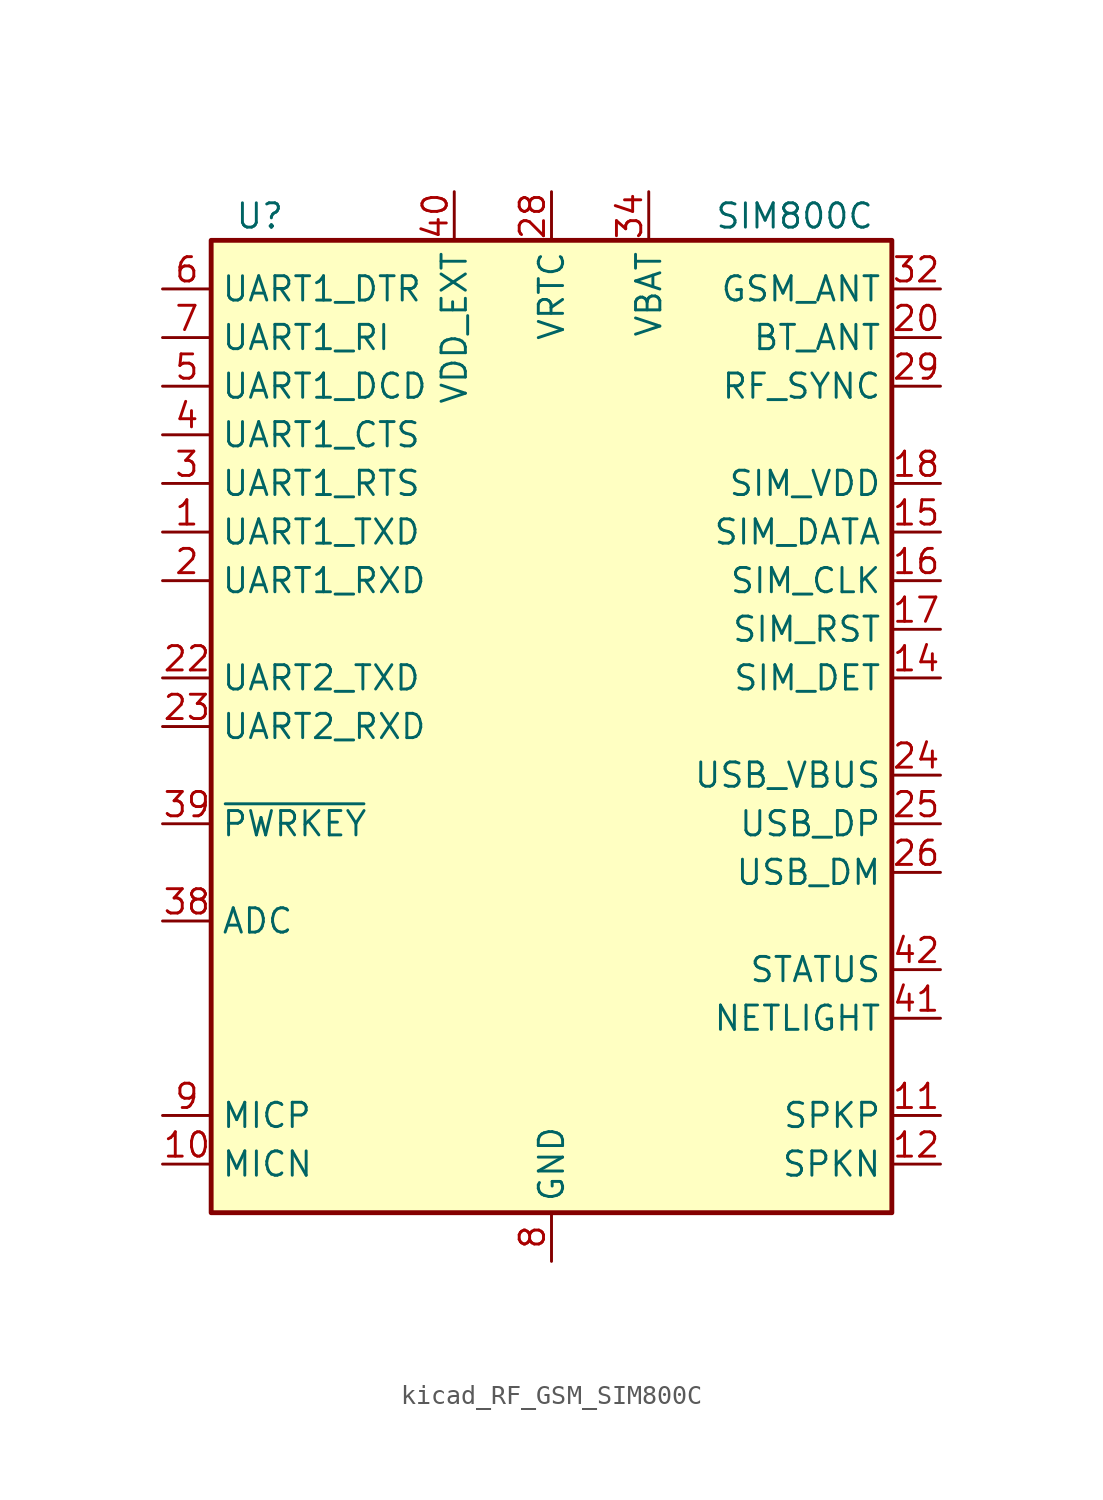
<source format=kicad_sym>
(kicad_symbol_lib
  (version 20220914)
  (generator kicad_symbol_editor)
  (symbol "kicad_RF_GSM_SIM800C"
    (property "Reference" "U"
      (at -15.24 26.67 0)
      (effects (font (size 1.27 1.27))))
    (property "Value" "SIM800C"
      (at 12.7 26.67 0)
      (effects (font (size 1.27 1.27))))
    (symbol "kicad_RF_GSM_SIM800C_0_1"
      (rectangle (start -17.78 25.4) (end 17.78 -25.4) (stroke (width 0.254) (type default)) (fill (type background))))
    (symbol "kicad_RF_GSM_SIM800C_1_1"
      (pin output line (at -20.32 10.16 0) (length 2.54) (name "UART1_TXD" (effects (font (size 1.27 1.27)))) (number "1" (effects (font (size 1.27 1.27)))))
      (pin input line (at -20.32 -22.86 0) (length 2.54) (name "MICN" (effects (font (size 1.27 1.27)))) (number "10" (effects (font (size 1.27 1.27)))))
      (pin output line (at 20.32 -20.32 180) (length 2.54) (name "SPKP" (effects (font (size 1.27 1.27)))) (number "11" (effects (font (size 1.27 1.27)))))
      (pin output line (at 20.32 -22.86 180) (length 2.54) (name "SPKN" (effects (font (size 1.27 1.27)))) (number "12" (effects (font (size 1.27 1.27)))))
      (pin passive line (at 0 -27.94 90) (length 2.54) hide (name "GND" (effects (font (size 1.27 1.27)))) (number "13" (effects (font (size 1.27 1.27)))))
      (pin input line (at 20.32 2.54 180) (length 2.54) (name "SIM_DET" (effects (font (size 1.27 1.27)))) (number "14" (effects (font (size 1.27 1.27)))))
      (pin bidirectional line (at 20.32 10.16 180) (length 2.54) (name "SIM_DATA" (effects (font (size 1.27 1.27)))) (number "15" (effects (font (size 1.27 1.27)))))
      (pin output line (at 20.32 7.62 180) (length 2.54) (name "SIM_CLK" (effects (font (size 1.27 1.27)))) (number "16" (effects (font (size 1.27 1.27)))))
      (pin output line (at 20.32 5.08 180) (length 2.54) (name "SIM_RST" (effects (font (size 1.27 1.27)))) (number "17" (effects (font (size 1.27 1.27)))))
      (pin power_out line (at 20.32 12.7 180) (length 2.54) (name "SIM_VDD" (effects (font (size 1.27 1.27)))) (number "18" (effects (font (size 1.27 1.27)))))
      (pin passive line (at 0 -27.94 90) (length 2.54) hide (name "GND" (effects (font (size 1.27 1.27)))) (number "19" (effects (font (size 1.27 1.27)))))
      (pin input line (at -20.32 7.62 0) (length 2.54) (name "UART1_RXD" (effects (font (size 1.27 1.27)))) (number "2" (effects (font (size 1.27 1.27)))))
      (pin passive line (at 20.32 20.32 180) (length 2.54) (name "BT_ANT" (effects (font (size 1.27 1.27)))) (number "20" (effects (font (size 1.27 1.27)))))
      (pin passive line (at 0 -27.94 90) (length 2.54) hide (name "GND" (effects (font (size 1.27 1.27)))) (number "21" (effects (font (size 1.27 1.27)))))
      (pin output line (at -20.32 2.54 0) (length 2.54) (name "UART2_TXD" (effects (font (size 1.27 1.27)))) (number "22" (effects (font (size 1.27 1.27)))))
      (pin input line (at -20.32 0 0) (length 2.54) (name "UART2_RXD" (effects (font (size 1.27 1.27)))) (number "23" (effects (font (size 1.27 1.27)))))
      (pin input line (at 20.32 -2.54 180) (length 2.54) (name "USB_VBUS" (effects (font (size 1.27 1.27)))) (number "24" (effects (font (size 1.27 1.27)))))
      (pin bidirectional line (at 20.32 -5.08 180) (length 2.54) (name "USB_DP" (effects (font (size 1.27 1.27)))) (number "25" (effects (font (size 1.27 1.27)))))
      (pin bidirectional line (at 20.32 -7.62 180) (length 2.54) (name "USB_DM" (effects (font (size 1.27 1.27)))) (number "26" (effects (font (size 1.27 1.27)))))
      (pin passive line (at 0 -27.94 90) (length 2.54) hide (name "GND" (effects (font (size 1.27 1.27)))) (number "27" (effects (font (size 1.27 1.27)))))
      (pin power_in line (at 0 27.94 270) (length 2.54) (name "VRTC" (effects (font (size 1.27 1.27)))) (number "28" (effects (font (size 1.27 1.27)))))
      (pin output line (at 20.32 17.78 180) (length 2.54) (name "RF_SYNC" (effects (font (size 1.27 1.27)))) (number "29" (effects (font (size 1.27 1.27)))))
      (pin input line (at -20.32 12.7 0) (length 2.54) (name "UART1_RTS" (effects (font (size 1.27 1.27)))) (number "3" (effects (font (size 1.27 1.27)))))
      (pin passive line (at 0 -27.94 90) (length 2.54) hide (name "GND" (effects (font (size 1.27 1.27)))) (number "30" (effects (font (size 1.27 1.27)))))
      (pin passive line (at 0 -27.94 90) (length 2.54) hide (name "GND" (effects (font (size 1.27 1.27)))) (number "31" (effects (font (size 1.27 1.27)))))
      (pin passive line (at 20.32 22.86 180) (length 2.54) (name "GSM_ANT" (effects (font (size 1.27 1.27)))) (number "32" (effects (font (size 1.27 1.27)))))
      (pin passive line (at 0 -27.94 90) (length 2.54) hide (name "GND" (effects (font (size 1.27 1.27)))) (number "33" (effects (font (size 1.27 1.27)))))
      (pin power_in line (at 5.08 27.94 270) (length 2.54) (name "VBAT" (effects (font (size 1.27 1.27)))) (number "34" (effects (font (size 1.27 1.27)))))
      (pin passive line (at 5.08 27.94 270) (length 2.54) hide (name "VBAT" (effects (font (size 1.27 1.27)))) (number "35" (effects (font (size 1.27 1.27)))))
      (pin passive line (at 0 -27.94 90) (length 2.54) hide (name "GND" (effects (font (size 1.27 1.27)))) (number "36" (effects (font (size 1.27 1.27)))))
      (pin passive line (at 0 -27.94 90) (length 2.54) hide (name "GND" (effects (font (size 1.27 1.27)))) (number "37" (effects (font (size 1.27 1.27)))))
      (pin input line (at -20.32 -10.16 0) (length 2.54) (name "ADC" (effects (font (size 1.27 1.27)))) (number "38" (effects (font (size 1.27 1.27)))))
      (pin input line (at -20.32 -5.08 0) (length 2.54) (name "~{PWRKEY}" (effects (font (size 1.27 1.27)))) (number "39" (effects (font (size 1.27 1.27)))))
      (pin output line (at -20.32 15.24 0) (length 2.54) (name "UART1_CTS" (effects (font (size 1.27 1.27)))) (number "4" (effects (font (size 1.27 1.27)))))
      (pin power_out line (at -5.08 27.94 270) (length 2.54) (name "VDD_EXT" (effects (font (size 1.27 1.27)))) (number "40" (effects (font (size 1.27 1.27)))))
      (pin output line (at 20.32 -15.24 180) (length 2.54) (name "NETLIGHT" (effects (font (size 1.27 1.27)))) (number "41" (effects (font (size 1.27 1.27)))))
      (pin output line (at 20.32 -12.7 180) (length 2.54) (name "STATUS" (effects (font (size 1.27 1.27)))) (number "42" (effects (font (size 1.27 1.27)))))
      (pin output line (at -20.32 17.78 0) (length 2.54) (name "UART1_DCD" (effects (font (size 1.27 1.27)))) (number "5" (effects (font (size 1.27 1.27)))))
      (pin input line (at -20.32 22.86 0) (length 2.54) (name "UART1_DTR" (effects (font (size 1.27 1.27)))) (number "6" (effects (font (size 1.27 1.27)))))
      (pin output line (at -20.32 20.32 0) (length 2.54) (name "UART1_RI" (effects (font (size 1.27 1.27)))) (number "7" (effects (font (size 1.27 1.27)))))
      (pin power_in line (at 0 -27.94 90) (length 2.54) (name "GND" (effects (font (size 1.27 1.27)))) (number "8" (effects (font (size 1.27 1.27)))))
      (pin input line (at -20.32 -20.32 0) (length 2.54) (name "MICP" (effects (font (size 1.27 1.27)))) (number "9" (effects (font (size 1.27 1.27))))))))
</source>
